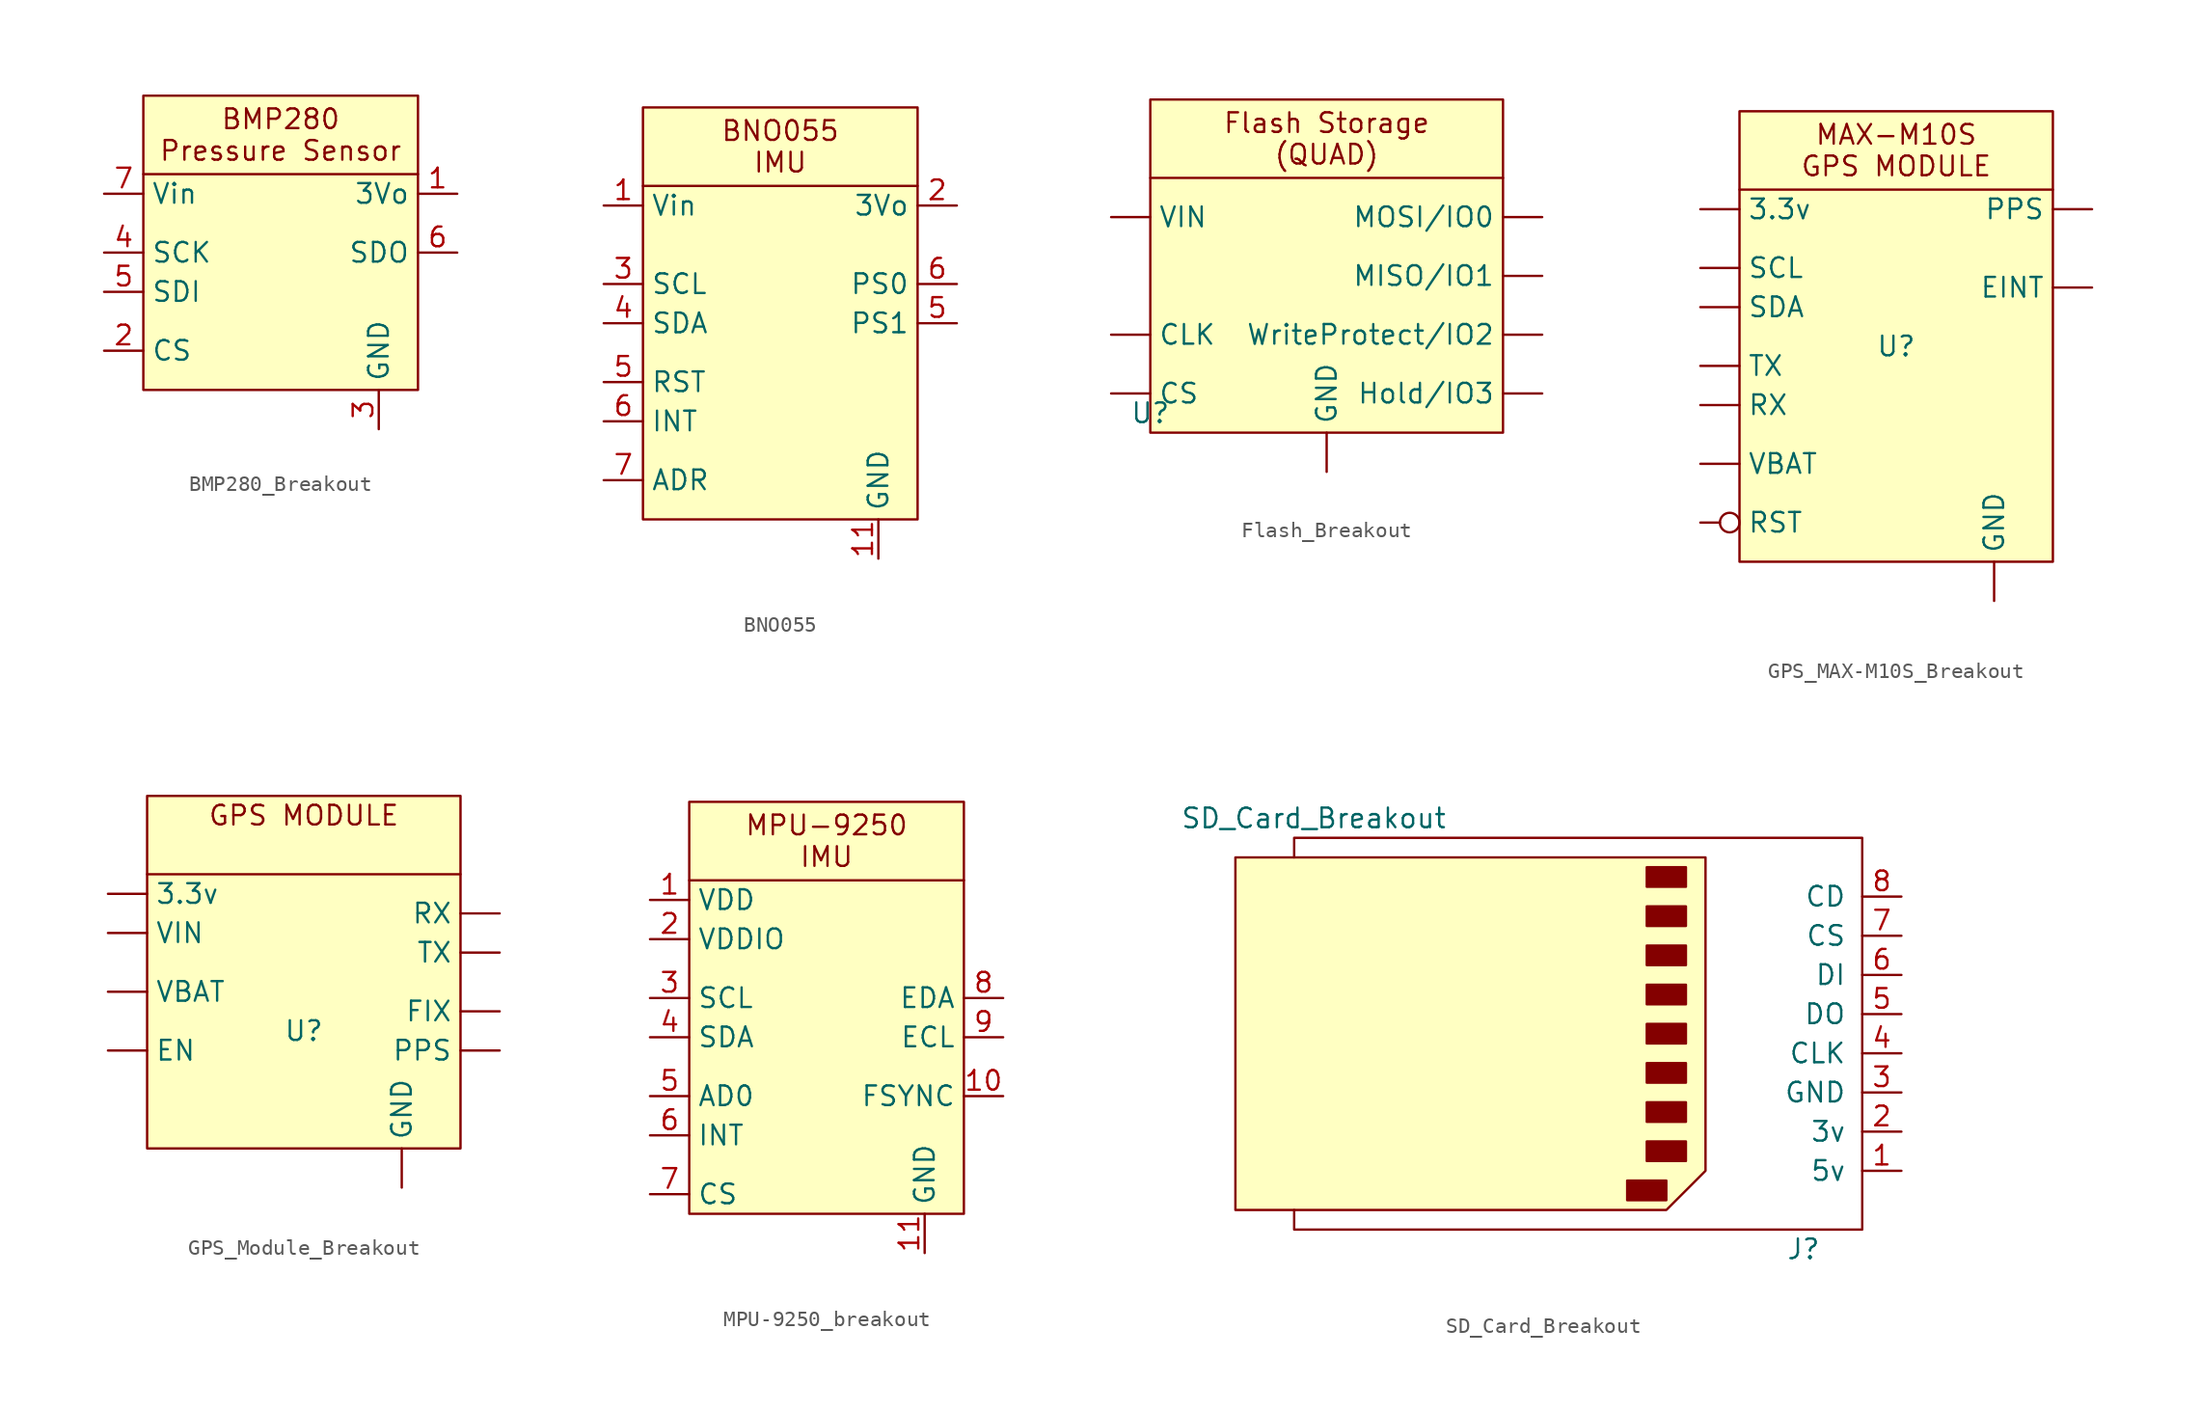
<source format=kicad_sym>
(kicad_symbol_lib
  (version 20231120)
  (generator "kicad_symbol_editor")
  (generator_version "8.0")
  (symbol "BMP280_Breakout"
    (property "Reference" "U"
      (at 16.51 10.16 0)
      (effects (font (size 1.27 1.27)) (justify left) (hide yes)))
    (symbol "BMP280_Breakout_0_1"
      (polyline (pts (xy 0 6.35) (xy 17.78 6.35)) (stroke (width 0) (type default)) (fill (type none))))
    (symbol "BMP280_Breakout_1_1"
      (rectangle (start 0 11.43) (end 17.78 -7.62) (stroke (width 0) (type default)) (fill (type background)))
      (text "BMP280\nPressure Sensor" (at 8.89 8.89 0) (effects (font (size 1.27 1.27))))
      (pin power_out line (at 20.32 5.08 180) (length 2.54) (name "3Vo" (effects (font (size 1.27 1.27)))) (number "1" (effects (font (size 1.27 1.27)))))
      (pin input line (at -2.54 -5.08 0) (length 2.54) (name "CS" (effects (font (size 1.27 1.27)))) (number "2" (effects (font (size 1.27 1.27)))))
      (pin power_in line (at 15.24 -10.16 90) (length 2.54) (name "GND" (effects (font (size 1.27 1.27)))) (number "3" (effects (font (size 1.27 1.27)))))
      (pin input line (at -2.54 1.27 0) (length 2.54) (name "SCK" (effects (font (size 1.27 1.27)))) (number "4" (effects (font (size 1.27 1.27)))))
      (pin bidirectional line (at -2.54 -1.27 0) (length 2.54) (name "SDI" (effects (font (size 1.27 1.27)))) (number "5" (effects (font (size 1.27 1.27)))))
      (pin bidirectional line (at 20.32 1.27 180) (length 2.54) (name "SDO" (effects (font (size 1.27 1.27)))) (number "6" (effects (font (size 1.27 1.27)))))
      (pin power_in line (at -2.54 5.08 0) (length 2.54) (name "Vin" (effects (font (size 1.27 1.27)))) (number "7" (effects (font (size 1.27 1.27)))))))
  (symbol "BNO055"
    (property "Reference" "U"
      (at 0 1.27 0)
      (effects (font (size 1.27 1.27)) (hide yes)))
    (property "Value" ""
      (at 0 1.27 0)
      (effects (font (size 1.27 1.27))))
    (symbol "BNO055_1_1"
      (polyline (pts (xy 0 21.59) (xy 17.78 21.59)) (stroke (width 0) (type default)) (fill (type none)))
      (rectangle (start 0 26.67) (end 17.78 0) (stroke (width 0) (type default)) (fill (type background)))
      (text "BNO055\nIMU" (at 8.89 24.13 0) (effects (font (size 1.27 1.27))))
      (pin power_in line (at -2.54 20.32 0) (length 2.54) (name "Vin" (effects (font (size 1.27 1.27)))) (number "1" (effects (font (size 1.27 1.27)))))
      (pin power_in line (at 15.24 -2.54 90) (length 2.54) (name "GND" (effects (font (size 1.27 1.27)))) (number "11" (effects (font (size 1.27 1.27)))))
      (pin power_out line (at 20.32 20.32 180) (length 2.54) (name "3Vo" (effects (font (size 1.27 1.27)))) (number "2" (effects (font (size 1.27 1.27)))))
      (pin bidirectional line (at -2.54 15.24 0) (length 2.54) (name "SCL" (effects (font (size 1.27 1.27)))) (number "3" (effects (font (size 1.27 1.27)))))
      (pin bidirectional line (at -2.54 12.7 0) (length 2.54) (name "SDA" (effects (font (size 1.27 1.27)))) (number "4" (effects (font (size 1.27 1.27)))))
      (pin input line (at 20.32 12.7 180) (length 2.54) (name "PS1" (effects (font (size 1.27 1.27)))) (number "5" (effects (font (size 1.27 1.27)))))
      (pin input line (at -2.54 8.89 0) (length 2.54) (name "RST" (effects (font (size 1.27 1.27)))) (number "5" (effects (font (size 1.27 1.27)))))
      (pin input line (at -2.54 6.35 0) (length 2.54) (name "INT" (effects (font (size 1.27 1.27)))) (number "6" (effects (font (size 1.27 1.27)))))
      (pin input line (at 20.32 15.24 180) (length 2.54) (name "PS0" (effects (font (size 1.27 1.27)))) (number "6" (effects (font (size 1.27 1.27)))))
      (pin input line (at -2.54 2.54 0) (length 2.54) (name "ADR" (effects (font (size 1.27 1.27)))) (number "7" (effects (font (size 1.27 1.27)))))))
  (symbol "Flash_Breakout"
    (property "Reference" "U"
      (at 0 0 0)
      (effects (font (size 1.27 1.27))))
    (property "Value" ""
      (at 0 0 0)
      (effects (font (size 1.27 1.27))))
    (symbol "Flash_Breakout_1_1"
      (polyline (pts (xy 0 15.24) (xy 22.86 15.24)) (stroke (width 0) (type default)) (fill (type none)))
      (rectangle (start 0 20.32) (end 22.86 -1.27) (stroke (width 0) (type default)) (fill (type background)))
      (text "Flash Storage\n(QUAD)" (at 11.43 17.78 0) (effects (font (size 1.27 1.27))))
      (pin input line (at -2.54 5.08 0) (length 2.54) (name "CLK" (effects (font (size 1.27 1.27)))) (number "" (effects (font (size 1.27 1.27)))))
      (pin input line (at -2.54 1.27 0) (length 2.54) (name "CS" (effects (font (size 1.27 1.27)))) (number "" (effects (font (size 1.27 1.27)))))
      (pin power_in line (at 11.43 -3.81 90) (length 2.54) (name "GND" (effects (font (size 1.27 1.27)))) (number "" (effects (font (size 1.27 1.27)))))
      (pin bidirectional line (at 25.4 1.27 180) (length 2.54) (name "Hold/IO3" (effects (font (size 1.27 1.27)))) (number "" (effects (font (size 1.27 1.27)))))
      (pin bidirectional line (at 25.4 8.89 180) (length 2.54) (name "MISO/IO1" (effects (font (size 1.27 1.27)))) (number "" (effects (font (size 1.27 1.27)))))
      (pin bidirectional line (at 25.4 12.7 180) (length 2.54) (name "MOSI/IO0" (effects (font (size 1.27 1.27)))) (number "" (effects (font (size 1.27 1.27)))))
      (pin power_in line (at -2.54 12.7 0) (length 2.54) (name "VIN" (effects (font (size 1.27 1.27)))) (number "" (effects (font (size 1.27 1.27)))))
      (pin bidirectional line (at 25.4 5.08 180) (length 2.54) (name "WriteProtect/IO2" (effects (font (size 1.27 1.27)))) (number "" (effects (font (size 1.27 1.27)))))))
  (symbol "GPS_MAX-M10S_Breakout"
    (property "Reference" "U"
      (at 0 0 0)
      (effects (font (size 1.27 1.27))))
    (property "Value" ""
      (at 0 0 0)
      (effects (font (size 1.27 1.27))))
    (symbol "GPS_MAX-M10S_Breakout_0_1"
      (polyline (pts (xy -10.16 10.16) (xy 10.16 10.16)) (stroke (width 0) (type default)) (fill (type none))))
    (symbol "GPS_MAX-M10S_Breakout_1_1"
      (rectangle (start -10.16 15.24) (end 10.16 -13.97) (stroke (width 0) (type default)) (fill (type background)))
      (text "MAX-M10S\nGPS MODULE" (at 0 12.7 0) (effects (font (size 1.27 1.27))))
      (pin power_in line (at -12.7 8.89 0) (length 2.54) (name "3.3v" (effects (font (size 1.27 1.27)))) (number "" (effects (font (size 1.27 1.27)))))
      (pin bidirectional line (at 12.7 3.81 180) (length 2.54) (name "EINT" (effects (font (size 1.27 1.27)))) (number "" (effects (font (size 1.27 1.27)))))
      (pin power_in line (at 6.35 -16.51 90) (length 2.54) (name "GND" (effects (font (size 1.27 1.27)))) (number "" (effects (font (size 1.27 1.27)))))
      (pin output line (at 12.7 8.89 180) (length 2.54) (name "PPS" (effects (font (size 1.27 1.27)))) (number "" (effects (font (size 1.27 1.27)))))
      (pin input inverted (at -12.7 -11.43 0) (length 2.54) (name "RST" (effects (font (size 1.27 1.27)))) (number "" (effects (font (size 1.27 1.27)))))
      (pin input line (at -12.7 -3.81 0) (length 2.54) (name "RX" (effects (font (size 1.27 1.27)))) (number "" (effects (font (size 1.27 1.27)))))
      (pin bidirectional line (at -12.7 5.08 0) (length 2.54) (name "SCL" (effects (font (size 1.27 1.27)))) (number "" (effects (font (size 1.27 1.27)))))
      (pin bidirectional line (at -12.7 2.54 0) (length 2.54) (name "SDA" (effects (font (size 1.27 1.27)))) (number "" (effects (font (size 1.27 1.27)))))
      (pin output line (at -12.7 -1.27 0) (length 2.54) (name "TX" (effects (font (size 1.27 1.27)))) (number "" (effects (font (size 1.27 1.27)))))
      (pin input line (at -12.7 -7.62 0) (length 2.54) (name "VBAT" (effects (font (size 1.27 1.27)))) (number "" (effects (font (size 1.27 1.27)))))))
  (symbol "GPS_Module_Breakout"
    (property "Reference" "U"
      (at 0 0 0)
      (effects (font (size 1.27 1.27))))
    (property "Value" ""
      (at 0 0 0)
      (effects (font (size 1.27 1.27))))
    (symbol "GPS_Module_Breakout_0_1"
      (polyline (pts (xy -10.16 10.16) (xy 10.16 10.16)) (stroke (width 0) (type default)) (fill (type none))))
    (symbol "GPS_Module_Breakout_1_1"
      (rectangle (start -10.16 15.24) (end 10.16 -7.62) (stroke (width 0) (type default)) (fill (type background)))
      (text "GPS MODULE" (at 0 13.97 0) (effects (font (size 1.27 1.27))))
      (pin power_in line (at -12.7 8.89 0) (length 2.54) (name "3.3v" (effects (font (size 1.27 1.27)))) (number "" (effects (font (size 1.27 1.27)))))
      (pin input line (at -12.7 -1.27 0) (length 2.54) (name "EN" (effects (font (size 1.27 1.27)))) (number "" (effects (font (size 1.27 1.27)))))
      (pin output line (at 12.7 1.27 180) (length 2.54) (name "FIX" (effects (font (size 1.27 1.27)))) (number "" (effects (font (size 1.27 1.27)))))
      (pin power_in line (at 6.35 -10.16 90) (length 2.54) (name "GND" (effects (font (size 1.27 1.27)))) (number "" (effects (font (size 1.27 1.27)))))
      (pin output line (at 12.7 -1.27 180) (length 2.54) (name "PPS" (effects (font (size 1.27 1.27)))) (number "" (effects (font (size 1.27 1.27)))))
      (pin input line (at 12.7 7.62 180) (length 2.54) (name "RX" (effects (font (size 1.27 1.27)))) (number "" (effects (font (size 1.27 1.27)))))
      (pin output line (at 12.7 5.08 180) (length 2.54) (name "TX" (effects (font (size 1.27 1.27)))) (number "" (effects (font (size 1.27 1.27)))))
      (pin input line (at -12.7 2.54 0) (length 2.54) (name "VBAT" (effects (font (size 1.27 1.27)))) (number "" (effects (font (size 1.27 1.27)))))
      (pin power_in line (at -12.7 6.35 0) (length 2.54) (name "VIN" (effects (font (size 1.27 1.27)))) (number "" (effects (font (size 1.27 1.27)))))))
  (symbol "MPU-9250_breakout"
    (property "Reference" "U"
      (at -2.54 1.27 0)
      (effects (font (size 1.27 1.27)) (hide yes)))
    (property "Value" ""
      (at -2.54 1.27 0)
      (effects (font (size 1.27 1.27))))
    (symbol "MPU-9250_breakout_1_1"
      (rectangle (start -8.89 12.7) (end 8.89 -13.97) (stroke (width 0) (type default)) (fill (type background)))
      (polyline (pts (xy -8.89 7.62) (xy 8.89 7.62)) (stroke (width 0) (type default)) (fill (type none)))
      (text "MPU-9250\nIMU" (at 0 10.16 0) (effects (font (size 1.27 1.27))))
      (pin power_in line (at -11.43 6.35 0) (length 2.54) (name "VDD" (effects (font (size 1.27 1.27)))) (number "1" (effects (font (size 1.27 1.27)))))
      (pin output line (at 11.43 -6.35 180) (length 2.54) (name "FSYNC" (effects (font (size 1.27 1.27)))) (number "10" (effects (font (size 1.27 1.27)))))
      (pin power_in line (at 6.35 -16.51 90) (length 2.54) (name "GND" (effects (font (size 1.27 1.27)))) (number "11" (effects (font (size 1.27 1.27)))))
      (pin power_in line (at -11.43 3.81 0) (length 2.54) (name "VDDIO" (effects (font (size 1.27 1.27)))) (number "2" (effects (font (size 1.27 1.27)))))
      (pin bidirectional line (at -11.43 0 0) (length 2.54) (name "SCL" (effects (font (size 1.27 1.27)))) (number "3" (effects (font (size 1.27 1.27)))))
      (pin bidirectional line (at -11.43 -2.54 0) (length 2.54) (name "SDA" (effects (font (size 1.27 1.27)))) (number "4" (effects (font (size 1.27 1.27)))))
      (pin input line (at -11.43 -6.35 0) (length 2.54) (name "AD0" (effects (font (size 1.27 1.27)))) (number "5" (effects (font (size 1.27 1.27)))))
      (pin input line (at -11.43 -8.89 0) (length 2.54) (name "INT" (effects (font (size 1.27 1.27)))) (number "6" (effects (font (size 1.27 1.27)))))
      (pin input line (at -11.43 -12.7 0) (length 2.54) (name "CS" (effects (font (size 1.27 1.27)))) (number "7" (effects (font (size 1.27 1.27)))))
      (pin bidirectional line (at 11.43 0 180) (length 2.54) (name "EDA" (effects (font (size 1.27 1.27)))) (number "8" (effects (font (size 1.27 1.27)))))
      (pin bidirectional line (at 11.43 -2.54 180) (length 2.54) (name "ECL" (effects (font (size 1.27 1.27)))) (number "9" (effects (font (size 1.27 1.27)))))))
  (symbol "SD_Card_Breakout"
    (pin_names
      (offset 1.016))
    (property "Reference" "J"
      (at 16.51 -13.97 0)
      (effects (font (size 1.27 1.27))))
    (property "Value" "SD_Card_Breakout"
      (at -15.24 13.97 0)
      (effects (font (size 1.27 1.27))))
    (symbol "SD_Card_Breakout_0_1"
      (polyline (pts (xy -16.51 -11.43) (xy -16.51 -12.7) (xy 20.32 -12.7) (xy 20.32 12.7) (xy -16.51 12.7) (xy -16.51 11.43)) (stroke (width 0) (type default)) (fill (type none)))
      (polyline (pts (xy 10.16 -8.89) (xy 7.62 -11.43) (xy -20.32 -11.43) (xy -20.32 11.43) (xy 10.16 11.43) (xy 10.16 -8.89)) (stroke (width 0) (type default)) (fill (type background)))
      (rectangle (start 7.62 -10.795) (end 5.08 -9.525) (stroke (width 0) (type default)) (fill (type outline)))
      (rectangle (start 8.89 -8.255) (end 6.35 -6.985) (stroke (width 0) (type default)) (fill (type outline)))
      (rectangle (start 8.89 -5.715) (end 6.35 -4.445) (stroke (width 0) (type default)) (fill (type outline)))
      (rectangle (start 8.89 -3.175) (end 6.35 -1.905) (stroke (width 0) (type default)) (fill (type outline)))
      (rectangle (start 8.89 -0.635) (end 6.35 0.635) (stroke (width 0) (type default)) (fill (type outline)))
      (rectangle (start 8.89 1.905) (end 6.35 3.175) (stroke (width 0) (type default)) (fill (type outline)))
      (rectangle (start 8.89 4.445) (end 6.35 5.715) (stroke (width 0) (type default)) (fill (type outline)))
      (rectangle (start 8.89 6.985) (end 6.35 8.255) (stroke (width 0) (type default)) (fill (type outline)))
      (rectangle (start 8.89 9.525) (end 6.35 10.795) (stroke (width 0) (type default)) (fill (type outline))))
    (symbol "SD_Card_Breakout_1_1"
      (pin power_in line (at 22.86 -8.89 180) (length 2.54) (name "5v" (effects (font (size 1.27 1.27)))) (number "1" (effects (font (size 1.27 1.27)))))
      (pin power_in line (at 22.86 -6.35 180) (length 2.54) (name "3v" (effects (font (size 1.27 1.27)))) (number "2" (effects (font (size 1.27 1.27)))))
      (pin power_in line (at 22.86 -3.81 180) (length 2.54) (name "GND" (effects (font (size 1.27 1.27)))) (number "3" (effects (font (size 1.27 1.27)))))
      (pin input line (at 22.86 -1.27 180) (length 2.54) (name "CLK" (effects (font (size 1.27 1.27)))) (number "4" (effects (font (size 1.27 1.27)))))
      (pin output line (at 22.86 1.27 180) (length 2.54) (name "DO" (effects (font (size 1.27 1.27)))) (number "5" (effects (font (size 1.27 1.27)))))
      (pin input line (at 22.86 3.81 180) (length 2.54) (name "DI" (effects (font (size 1.27 1.27)))) (number "6" (effects (font (size 1.27 1.27)))))
      (pin input line (at 22.86 6.35 180) (length 2.54) (name "CS" (effects (font (size 1.27 1.27)))) (number "7" (effects (font (size 1.27 1.27)))))
      (pin input line (at 22.86 8.89 180) (length 2.54) (name "CD" (effects (font (size 1.27 1.27)))) (number "8" (effects (font (size 1.27 1.27))))))))
</source>
